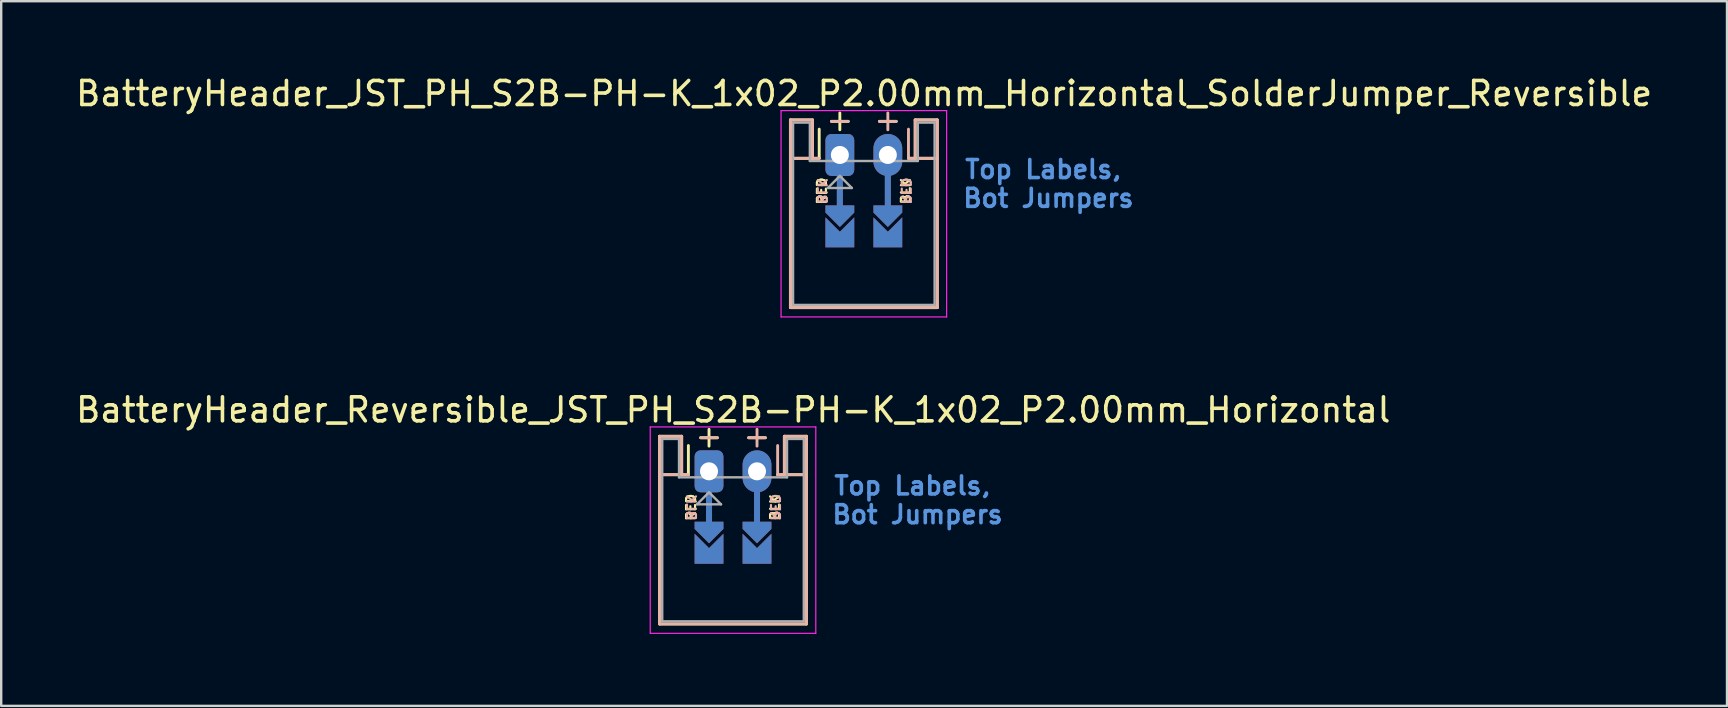
<source format=kicad_pcb>
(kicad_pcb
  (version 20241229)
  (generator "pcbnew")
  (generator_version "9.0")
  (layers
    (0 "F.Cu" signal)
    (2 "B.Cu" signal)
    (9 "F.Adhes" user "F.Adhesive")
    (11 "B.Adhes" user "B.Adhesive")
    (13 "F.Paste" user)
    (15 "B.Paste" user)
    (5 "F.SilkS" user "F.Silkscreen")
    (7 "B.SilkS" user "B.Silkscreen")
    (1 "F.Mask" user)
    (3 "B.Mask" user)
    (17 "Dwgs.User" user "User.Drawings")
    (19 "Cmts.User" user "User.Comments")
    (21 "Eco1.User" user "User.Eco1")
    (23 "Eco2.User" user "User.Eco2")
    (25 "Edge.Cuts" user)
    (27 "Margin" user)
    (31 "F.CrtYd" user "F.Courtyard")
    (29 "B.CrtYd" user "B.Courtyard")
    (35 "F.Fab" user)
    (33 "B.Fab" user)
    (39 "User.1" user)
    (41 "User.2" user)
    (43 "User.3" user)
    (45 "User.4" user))
  (footprint "BatteryHeader_Reversible_JST_PH_S2B-PH-K_1x02_P2.00mm_Horizontal"
    (layer "F.Cu")
    (at 26.496 16.591)
    (property "Reference" "BatteryHeader_Reversible_JST_PH_S2B-PH-K_1x02_P2.00mm_Horizontal" (at 1.01 -2.56 0) (layer "F.SilkS") (effects (font (size 1 1) (thickness 0.15))))
    (attr through_hole)
    (fp_poly (pts (xy 0.5 3.266) (xy -0.5 3.266) (xy -0.5 2.25) (xy 0.5 2.25)) (stroke (width 0.1) (type solid)) (fill yes) (layer "F.Mask"))
    (fp_poly (pts (xy 2.506 3.266) (xy 1.49 3.266) (xy 1.49 2.25) (xy 2.506 2.25)) (stroke (width 0.1) (type solid)) (fill yes) (layer "F.Mask"))
    (fp_poly (pts (xy 0.5 3.266) (xy -0.5 3.266) (xy -0.5 2.25) (xy 0.5 2.25)) (stroke (width 0.1) (type solid)) (fill yes) (layer "B.Mask"))
    (fp_poly (pts (xy 2.506 3.266) (xy 1.49 3.266) (xy 1.49 2.25) (xy 2.506 2.25)) (stroke (width 0.1) (type solid)) (fill yes) (layer "B.Mask"))
    (fp_line (start -2.06 -1.46) (end -2.06 6.36) (stroke (width 0.12) (type solid)) (layer "F.SilkS"))
    (fp_line (start -2.06 0.14) (end -1.14 0.14) (stroke (width 0.12) (type solid)) (layer "F.SilkS"))
    (fp_line (start -2.06 6.36) (end 4.06 6.36) (stroke (width 0.12) (type solid)) (layer "F.SilkS"))
    (fp_line (start -1.14 -1.46) (end -2.06 -1.46) (stroke (width 0.12) (type solid)) (layer "F.SilkS"))
    (fp_line (start -1.14 0.14) (end -1.14 -1.46) (stroke (width 0.12) (type solid)) (layer "F.SilkS"))
    (fp_line (start -0.86 0.14) (end -1.14 0.14) (stroke (width 0.12) (type solid)) (layer "F.SilkS"))
    (fp_line (start -0.86 0.14) (end -0.86 -1.075) (stroke (width 0.12) (type solid)) (layer "F.SilkS"))
    (fp_line (start -0.35 -1.4) (end 0.35 -1.4) (stroke (width 0.12) (type solid)) (layer "F.SilkS"))
    (fp_line (start 0 -1.75) (end 0 -1.05) (stroke (width 0.12) (type solid)) (layer "F.SilkS"))
    (fp_line (start 1.65 -1.4) (end 2.35 -1.4) (stroke (width 0.12) (type solid)) (layer "F.SilkS"))
    (fp_line (start 3.14 -1.46) (end 3.14 0.14) (stroke (width 0.12) (type solid)) (layer "F.SilkS"))
    (fp_line (start 3.14 0.14) (end 2.86 0.14) (stroke (width 0.12) (type solid)) (layer "F.SilkS"))
    (fp_line (start 4.06 -1.46) (end 3.14 -1.46) (stroke (width 0.12) (type solid)) (layer "F.SilkS"))
    (fp_line (start 4.06 0.14) (end 3.14 0.14) (stroke (width 0.12) (type solid)) (layer "F.SilkS"))
    (fp_line (start 4.06 6.36) (end 4.06 -1.46) (stroke (width 0.12) (type solid)) (layer "F.SilkS"))
    (fp_line (start -2.06 -1.46) (end -1.14 -1.46) (stroke (width 0.12) (type solid)) (layer "B.SilkS"))
    (fp_line (start -2.06 0.14) (end -1.14 0.14) (stroke (width 0.12) (type solid)) (layer "B.SilkS"))
    (fp_line (start -2.06 6.36) (end -2.06 -1.46) (stroke (width 0.12) (type solid)) (layer "B.SilkS"))
    (fp_line (start -1.14 -1.46) (end -1.14 0.14) (stroke (width 0.12) (type solid)) (layer "B.SilkS"))
    (fp_line (start -1.14 0.14) (end -0.86 0.14) (stroke (width 0.12) (type solid)) (layer "B.SilkS"))
    (fp_line (start 0.35 -1.4) (end -0.35 -1.4) (stroke (width 0.12) (type solid)) (layer "B.SilkS"))
    (fp_line (start 2 -1.75) (end 2 -1.05) (stroke (width 0.12) (type solid)) (layer "B.SilkS"))
    (fp_line (start 2.35 -1.4) (end 1.65 -1.4) (stroke (width 0.12) (type solid)) (layer "B.SilkS"))
    (fp_line (start 2.86 0.14) (end 2.86 -1.075) (stroke (width 0.12) (type solid)) (layer "B.SilkS"))
    (fp_line (start 2.86 0.14) (end 3.14 0.14) (stroke (width 0.12) (type solid)) (layer "B.SilkS"))
    (fp_line (start 3.14 -1.46) (end 4.06 -1.46) (stroke (width 0.12) (type solid)) (layer "B.SilkS"))
    (fp_line (start 3.14 0.14) (end 3.14 -1.46) (stroke (width 0.12) (type solid)) (layer "B.SilkS"))
    (fp_line (start 4.06 -1.46) (end 4.06 6.36) (stroke (width 0.12) (type solid)) (layer "B.SilkS"))
    (fp_line (start 4.06 0.14) (end 3.14 0.14) (stroke (width 0.12) (type solid)) (layer "B.SilkS"))
    (fp_line (start 4.06 6.36) (end -2.06 6.36) (stroke (width 0.12) (type solid)) (layer "B.SilkS"))
    (fp_line (start -2.45 -1.85) (end -2.45 6.75) (stroke (width 0.05) (type solid)) (layer "F.CrtYd"))
    (fp_line (start -2.45 6.75) (end 4.45 6.75) (stroke (width 0.05) (type solid)) (layer "F.CrtYd"))
    (fp_line (start 4.45 -1.85) (end -2.45 -1.85) (stroke (width 0.05) (type solid)) (layer "F.CrtYd"))
    (fp_line (start 4.45 6.75) (end 4.45 -1.85) (stroke (width 0.05) (type solid)) (layer "F.CrtYd"))
    (fp_line (start -1.95 -1.35) (end -1.95 6.25) (stroke (width 0.1) (type solid)) (layer "F.Fab"))
    (fp_line (start -1.95 6.25) (end 3.95 6.25) (stroke (width 0.1) (type solid)) (layer "F.Fab"))
    (fp_line (start -1.25 -1.35) (end -1.95 -1.35) (stroke (width 0.1) (type solid)) (layer "F.Fab"))
    (fp_line (start -1.25 0.25) (end -1.25 -1.35) (stroke (width 0.1) (type solid)) (layer "F.Fab"))
    (fp_line (start -0.5 1.375) (end 0.5 1.375) (stroke (width 0.1) (type solid)) (layer "F.Fab"))
    (fp_line (start 0 0.875) (end -0.5 1.375) (stroke (width 0.1) (type solid)) (layer "F.Fab"))
    (fp_line (start 0.5 1.375) (end 0 0.875) (stroke (width 0.1) (type solid)) (layer "F.Fab"))
    (fp_line (start 3.25 -1.35) (end 3.25 0.25) (stroke (width 0.1) (type solid)) (layer "F.Fab"))
    (fp_line (start 3.25 0.25) (end -1.25 0.25) (stroke (width 0.1) (type solid)) (layer "F.Fab"))
    (fp_line (start 3.95 -1.35) (end 3.25 -1.35) (stroke (width 0.1) (type solid)) (layer "F.Fab"))
    (fp_line (start 3.95 6.25) (end 3.95 -1.35) (stroke (width 0.1) (type solid)) (layer "F.Fab"))
    (fp_text user "RED" (at -0.75 1.5 90) (unlocked yes) (layer "F.SilkS") (effects (font (size 0.375 0.375) (thickness 0.09))))
    (fp_text user "BLK" (at 2.75 1.5 90) (unlocked yes) (layer "F.SilkS") (effects (font (size 0.375 0.375) (thickness 0.09))))
    (fp_text user "BLK" (at -0.75 1.5 270) (unlocked yes) (layer "B.SilkS") (effects (font (size 0.375 0.375) (thickness 0.09)) (justify mirror)))
    (fp_text user "RED" (at 2.75 1.5 270) (unlocked yes) (layer "B.SilkS") (effects (font (size 0.375 0.375) (thickness 0.09)) (justify mirror)))
    (fp_text user "Bot Jumpers" (at 12.325 1.8 0) (unlocked yes) (layer "Cmts.User") (effects (font (size 0.75 0.75) (thickness 0.15)) (justify right)))
    (fp_text user "Top Labels," (at 11.8 0.6 0) (unlocked yes) (layer "Cmts.User") (effects (font (size 0.75 0.75) (thickness 0.15)) (justify right)))
    (pad "" thru_hole roundrect (at 0 0) (size 1.2 1.75) (drill 0.75) (layers "*.Cu" "*.Mask") (roundrect_rratio 0.208))
    (pad "" smd custom (at 0 2.6) (size 0.1 0.1) (layers "F.Cu" "F.Mask") (options (anchor rect)) (primitives (gr_poly (pts (xy 0.6 -0.2) (xy 0 0.4) (xy -0.6 -0.2) (xy -0.6 -0.5) (xy 0.6 -0.5)) (width 0) (fill yes))))
    (pad "" smd custom (at 0 2.6) (size 0.1 0.1) (layers "B.Cu" "B.Mask") (options (anchor rect)) (primitives (gr_poly (pts (xy 0.6 -0.2) (xy 0 0.4) (xy -0.6 -0.2) (xy -0.6 -0.5) (xy 0.6 -0.5)) (width 0) (fill yes))))
    (pad "" thru_hole oval (at 2 0) (size 1.2 1.75) (drill 0.75) (layers "*.Cu" "*.Mask"))
    (pad "" smd custom (at 2 2.6) (size 0.1 0.1) (layers "F.Cu" "F.Mask") (options (anchor rect)) (primitives (gr_poly (pts (xy 0.6 -0.2) (xy 0 0.4) (xy -0.6 -0.2) (xy -0.6 -0.5) (xy 0.6 -0.5)) (width 0) (fill yes))))
    (pad "" smd custom (at 2 2.6) (size 0.1 0.1) (layers "B.Cu" "B.Mask") (options (anchor rect)) (primitives (gr_poly (pts (xy 0.6 -0.2) (xy 0 0.4) (xy -0.6 -0.2) (xy -0.6 -0.5) (xy 0.6 -0.5)) (width 0) (fill yes))))
    (pad "1" smd oval (at 0 1.575) (size 0.25 2.3) (layers "B.Cu"))
    (pad "1" smd custom (at 0 3.6) (size 1.2 0.5) (layers "B.Cu" "B.Mask") (options (anchor rect)) (primitives (gr_poly (pts (xy 0.6 0) (xy -0.6 0) (xy -0.6 -1) (xy 0 -0.4) (xy 0.6 -1)) (width 0) (fill yes))))
    (pad "1" smd oval (at 2 1.575) (size 0.25 2.3) (layers "F.Cu"))
    (pad "1" smd custom (at 2 3.6) (size 1.2 0.5) (layers "F.Cu" "F.Mask") (options (anchor rect)) (primitives (gr_poly (pts (xy 0.6 0) (xy -0.6 0) (xy -0.6 -1) (xy 0 -0.4) (xy 0.6 -1)) (width 0) (fill yes))))
    (pad "2" smd oval (at 0 1.575) (size 0.25 2.3) (layers "F.Cu"))
    (pad "2" smd custom (at 0 3.6) (size 1.2 0.5) (layers "F.Cu" "F.Mask") (options (anchor rect)) (primitives (gr_poly (pts (xy 0.6 0) (xy -0.6 0) (xy -0.6 -1) (xy 0 -0.4) (xy 0.6 -1)) (width 0) (fill yes))))
    (pad "2" smd oval (at 2 1.575) (size 0.25 2.3) (layers "B.Cu"))
    (pad "2" smd custom (at 2 3.6) (size 1.2 0.5) (layers "B.Cu" "B.Mask") (options (anchor rect)) (primitives (gr_poly (pts (xy 0.6 0) (xy -0.6 0) (xy -0.6 -1) (xy 0 -0.4) (xy 0.6 -1)) (width 0) (fill yes)))))
  (footprint "BatteryHeader_JST_PH_S2B-PH-K_1x02_P2.00mm_Horizontal_SolderJumper_Reversible"
    (layer "F.Cu")
    (at 31.948 3.408)
    (property "Reference" "BatteryHeader_JST_PH_S2B-PH-K_1x02_P2.00mm_Horizontal_SolderJumper_Reversible" (at 1.01 -2.56 0) (layer "F.SilkS") (effects (font (size 1 1) (thickness 0.15))))
    (attr through_hole)
    (fp_poly (pts (xy 0.5 3.266) (xy -0.5 3.266) (xy -0.5 2.25) (xy 0.5 2.25)) (stroke (width 0.1) (type solid)) (fill yes) (layer "F.Mask"))
    (fp_poly (pts (xy 2.506 3.266) (xy 1.49 3.266) (xy 1.49 2.25) (xy 2.506 2.25)) (stroke (width 0.1) (type solid)) (fill yes) (layer "F.Mask"))
    (fp_poly (pts (xy 0.5 3.266) (xy -0.5 3.266) (xy -0.5 2.25) (xy 0.5 2.25)) (stroke (width 0.1) (type solid)) (fill yes) (layer "B.Mask"))
    (fp_poly (pts (xy 2.506 3.266) (xy 1.49 3.266) (xy 1.49 2.25) (xy 2.506 2.25)) (stroke (width 0.1) (type solid)) (fill yes) (layer "B.Mask"))
    (fp_line (start -2.06 -1.46) (end -2.06 6.36) (stroke (width 0.12) (type solid)) (layer "F.SilkS"))
    (fp_line (start -2.06 0.14) (end -1.14 0.14) (stroke (width 0.12) (type solid)) (layer "F.SilkS"))
    (fp_line (start -2.06 6.36) (end 4.06 6.36) (stroke (width 0.12) (type solid)) (layer "F.SilkS"))
    (fp_line (start -1.14 -1.46) (end -2.06 -1.46) (stroke (width 0.12) (type solid)) (layer "F.SilkS"))
    (fp_line (start -1.14 0.14) (end -1.14 -1.46) (stroke (width 0.12) (type solid)) (layer "F.SilkS"))
    (fp_line (start -0.86 0.14) (end -1.14 0.14) (stroke (width 0.12) (type solid)) (layer "F.SilkS"))
    (fp_line (start -0.86 0.14) (end -0.86 -1.075) (stroke (width 0.12) (type solid)) (layer "F.SilkS"))
    (fp_line (start -0.35 -1.4) (end 0.35 -1.4) (stroke (width 0.12) (type solid)) (layer "F.SilkS"))
    (fp_line (start 0 -1.75) (end 0 -1.05) (stroke (width 0.12) (type solid)) (layer "F.SilkS"))
    (fp_line (start 1.65 -1.4) (end 2.35 -1.4) (stroke (width 0.12) (type solid)) (layer "F.SilkS"))
    (fp_line (start 3.14 -1.46) (end 3.14 0.14) (stroke (width 0.12) (type solid)) (layer "F.SilkS"))
    (fp_line (start 3.14 0.14) (end 2.86 0.14) (stroke (width 0.12) (type solid)) (layer "F.SilkS"))
    (fp_line (start 4.06 -1.46) (end 3.14 -1.46) (stroke (width 0.12) (type solid)) (layer "F.SilkS"))
    (fp_line (start 4.06 0.14) (end 3.14 0.14) (stroke (width 0.12) (type solid)) (layer "F.SilkS"))
    (fp_line (start 4.06 6.36) (end 4.06 -1.46) (stroke (width 0.12) (type solid)) (layer "F.SilkS"))
    (fp_line (start -2.06 -1.46) (end -1.14 -1.46) (stroke (width 0.12) (type solid)) (layer "B.SilkS"))
    (fp_line (start -2.06 0.14) (end -1.14 0.14) (stroke (width 0.12) (type solid)) (layer "B.SilkS"))
    (fp_line (start -2.06 6.36) (end -2.06 -1.46) (stroke (width 0.12) (type solid)) (layer "B.SilkS"))
    (fp_line (start -1.14 -1.46) (end -1.14 0.14) (stroke (width 0.12) (type solid)) (layer "B.SilkS"))
    (fp_line (start -1.14 0.14) (end -0.86 0.14) (stroke (width 0.12) (type solid)) (layer "B.SilkS"))
    (fp_line (start 0.35 -1.4) (end -0.35 -1.4) (stroke (width 0.12) (type solid)) (layer "B.SilkS"))
    (fp_line (start 2 -1.75) (end 2 -1.05) (stroke (width 0.12) (type solid)) (layer "B.SilkS"))
    (fp_line (start 2.35 -1.4) (end 1.65 -1.4) (stroke (width 0.12) (type solid)) (layer "B.SilkS"))
    (fp_line (start 2.86 0.14) (end 2.86 -1.075) (stroke (width 0.12) (type solid)) (layer "B.SilkS"))
    (fp_line (start 2.86 0.14) (end 3.14 0.14) (stroke (width 0.12) (type solid)) (layer "B.SilkS"))
    (fp_line (start 3.14 -1.46) (end 4.06 -1.46) (stroke (width 0.12) (type solid)) (layer "B.SilkS"))
    (fp_line (start 3.14 0.14) (end 3.14 -1.46) (stroke (width 0.12) (type solid)) (layer "B.SilkS"))
    (fp_line (start 4.06 -1.46) (end 4.06 6.36) (stroke (width 0.12) (type solid)) (layer "B.SilkS"))
    (fp_line (start 4.06 0.14) (end 3.14 0.14) (stroke (width 0.12) (type solid)) (layer "B.SilkS"))
    (fp_line (start 4.06 6.36) (end -2.06 6.36) (stroke (width 0.12) (type solid)) (layer "B.SilkS"))
    (fp_line (start -2.45 -1.85) (end -2.45 6.75) (stroke (width 0.05) (type solid)) (layer "F.CrtYd"))
    (fp_line (start -2.45 6.75) (end 4.45 6.75) (stroke (width 0.05) (type solid)) (layer "F.CrtYd"))
    (fp_line (start 4.45 -1.85) (end -2.45 -1.85) (stroke (width 0.05) (type solid)) (layer "F.CrtYd"))
    (fp_line (start 4.45 6.75) (end 4.45 -1.85) (stroke (width 0.05) (type solid)) (layer "F.CrtYd"))
    (fp_line (start -1.95 -1.35) (end -1.95 6.25) (stroke (width 0.1) (type solid)) (layer "F.Fab"))
    (fp_line (start -1.95 6.25) (end 3.95 6.25) (stroke (width 0.1) (type solid)) (layer "F.Fab"))
    (fp_line (start -1.25 -1.35) (end -1.95 -1.35) (stroke (width 0.1) (type solid)) (layer "F.Fab"))
    (fp_line (start -1.25 0.25) (end -1.25 -1.35) (stroke (width 0.1) (type solid)) (layer "F.Fab"))
    (fp_line (start -0.5 1.375) (end 0.5 1.375) (stroke (width 0.1) (type solid)) (layer "F.Fab"))
    (fp_line (start 0 0.875) (end -0.5 1.375) (stroke (width 0.1) (type solid)) (layer "F.Fab"))
    (fp_line (start 0.5 1.375) (end 0 0.875) (stroke (width 0.1) (type solid)) (layer "F.Fab"))
    (fp_line (start 3.25 -1.35) (end 3.25 0.25) (stroke (width 0.1) (type solid)) (layer "F.Fab"))
    (fp_line (start 3.25 0.25) (end -1.25 0.25) (stroke (width 0.1) (type solid)) (layer "F.Fab"))
    (fp_line (start 3.95 -1.35) (end 3.25 -1.35) (stroke (width 0.1) (type solid)) (layer "F.Fab"))
    (fp_line (start 3.95 6.25) (end 3.95 -1.35) (stroke (width 0.1) (type solid)) (layer "F.Fab"))
    (fp_text user "RED" (at -0.75 1.5 90) (unlocked yes) (layer "F.SilkS") (effects (font (size 0.375 0.375) (thickness 0.09))))
    (fp_text user "BLK" (at 2.75 1.5 90) (unlocked yes) (layer "F.SilkS") (effects (font (size 0.375 0.375) (thickness 0.09))))
    (fp_text user "RED" (at 2.75 1.5 270) (unlocked yes) (layer "B.SilkS") (effects (font (size 0.375 0.375) (thickness 0.09)) (justify mirror)))
    (fp_text user "BLK" (at -0.75 1.5 270) (unlocked yes) (layer "B.SilkS") (effects (font (size 0.375 0.375) (thickness 0.09)) (justify mirror)))
    (fp_text user "Top Labels," (at 11.8 0.6 0) (unlocked yes) (layer "Cmts.User") (effects (font (size 0.75 0.75) (thickness 0.15)) (justify right)))
    (fp_text user "Bot Jumpers" (at 12.325 1.8 0) (unlocked yes) (layer "Cmts.User") (effects (font (size 0.75 0.75) (thickness 0.15)) (justify right)))
    (pad "" thru_hole roundrect (at 0 0) (size 1.2 1.75) (drill 0.75) (layers "*.Cu" "*.Mask") (roundrect_rratio 0.208))
    (pad "" smd custom (at 0 2.6) (size 0.1 0.1) (layers "F.Cu" "F.Mask") (options (anchor rect)) (primitives (gr_poly (pts (xy 0.6 -0.2) (xy 0 0.4) (xy -0.6 -0.2) (xy -0.6 -0.5) (xy 0.6 -0.5)) (width 0) (fill yes))))
    (pad "" smd custom (at 0 2.6) (size 0.1 0.1) (layers "B.Cu" "B.Mask") (options (anchor rect)) (primitives (gr_poly (pts (xy 0.6 -0.2) (xy 0 0.4) (xy -0.6 -0.2) (xy -0.6 -0.5) (xy 0.6 -0.5)) (width 0) (fill yes))))
    (pad "" thru_hole oval (at 2 0) (size 1.2 1.75) (drill 0.75) (layers "*.Cu" "*.Mask"))
    (pad "" smd custom (at 2 2.6) (size 0.1 0.1) (layers "F.Cu" "F.Mask") (options (anchor rect)) (primitives (gr_poly (pts (xy 0.6 -0.2) (xy 0 0.4) (xy -0.6 -0.2) (xy -0.6 -0.5) (xy 0.6 -0.5)) (width 0) (fill yes))))
    (pad "" smd custom (at 2 2.6) (size 0.1 0.1) (layers "B.Cu" "B.Mask") (options (anchor rect)) (primitives (gr_poly (pts (xy 0.6 -0.2) (xy 0 0.4) (xy -0.6 -0.2) (xy -0.6 -0.5) (xy 0.6 -0.5)) (width 0) (fill yes))))
    (pad "1" smd oval (at 0 1.575) (size 0.25 2.3) (layers "B.Cu"))
    (pad "1" smd custom (at 0 3.6) (size 1.2 0.5) (layers "B.Cu" "B.Mask") (options (anchor rect)) (primitives (gr_poly (pts (xy 0.6 0) (xy -0.6 0) (xy -0.6 -1) (xy 0 -0.4) (xy 0.6 -1)) (width 0) (fill yes))))
    (pad "1" smd oval (at 2 1.575) (size 0.25 2.3) (layers "F.Cu"))
    (pad "1" smd custom (at 2 3.6) (size 1.2 0.5) (layers "F.Cu" "F.Mask") (options (anchor rect)) (primitives (gr_poly (pts (xy 0.6 0) (xy -0.6 0) (xy -0.6 -1) (xy 0 -0.4) (xy 0.6 -1)) (width 0) (fill yes))))
    (pad "2" smd oval (at 0 1.575) (size 0.25 2.3) (layers "F.Cu"))
    (pad "2" smd custom (at 0 3.6) (size 1.2 0.5) (layers "F.Cu" "F.Mask") (options (anchor rect)) (primitives (gr_poly (pts (xy 0.6 0) (xy -0.6 0) (xy -0.6 -1) (xy 0 -0.4) (xy 0.6 -1)) (width 0) (fill yes))))
    (pad "2" smd oval (at 2 1.575) (size 0.25 2.3) (layers "B.Cu"))
    (pad "2" smd custom (at 2 3.6) (size 1.2 0.5) (layers "B.Cu" "B.Mask") (options (anchor rect)) (primitives (gr_poly (pts (xy 0.6 0) (xy -0.6 0) (xy -0.6 -1) (xy 0 -0.4) (xy 0.6 -1)) (width 0) (fill yes)))))
  (gr_rect
    (start -3 -3)
    (end 68.917 26.366)
    (stroke (width 0.1) (type default))
    (fill no)
    (layer "Edge.Cuts")))
</source>
